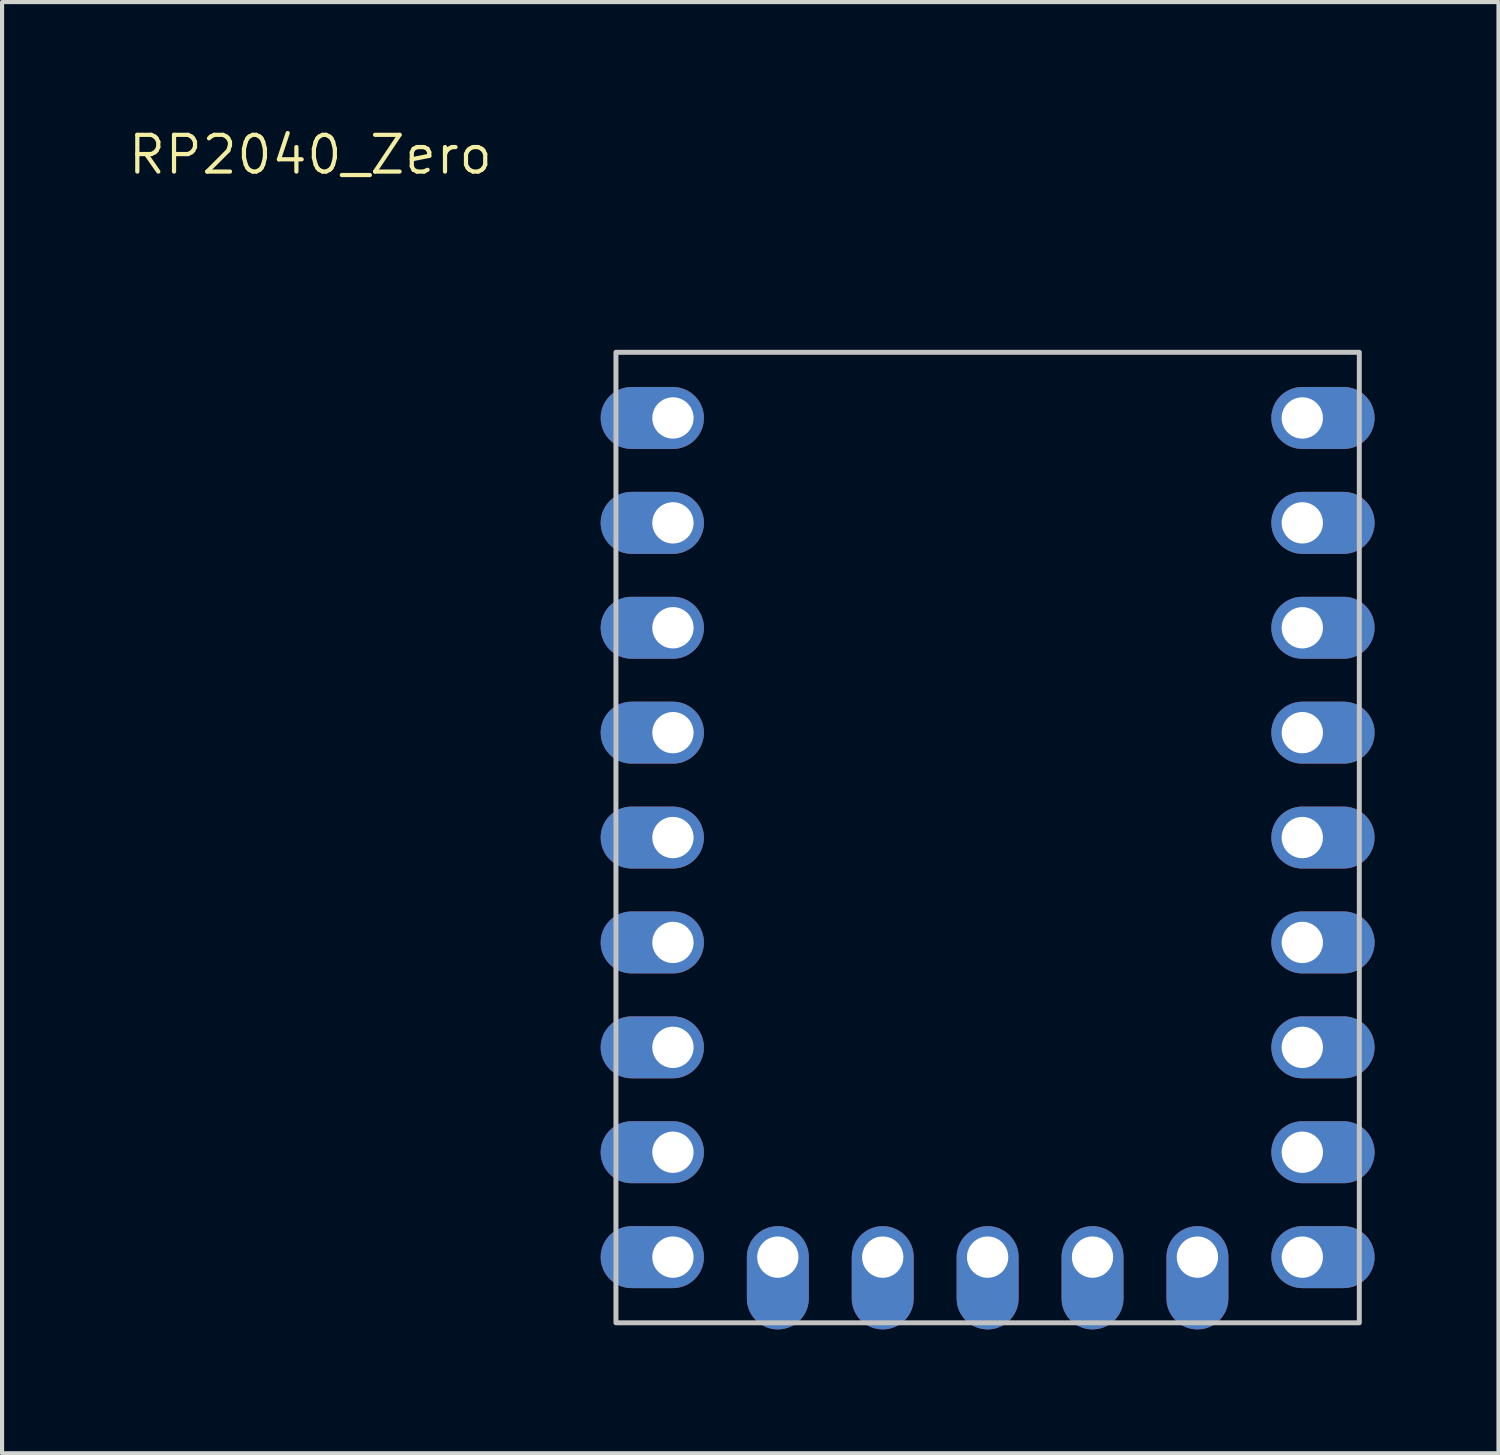
<source format=kicad_pcb>
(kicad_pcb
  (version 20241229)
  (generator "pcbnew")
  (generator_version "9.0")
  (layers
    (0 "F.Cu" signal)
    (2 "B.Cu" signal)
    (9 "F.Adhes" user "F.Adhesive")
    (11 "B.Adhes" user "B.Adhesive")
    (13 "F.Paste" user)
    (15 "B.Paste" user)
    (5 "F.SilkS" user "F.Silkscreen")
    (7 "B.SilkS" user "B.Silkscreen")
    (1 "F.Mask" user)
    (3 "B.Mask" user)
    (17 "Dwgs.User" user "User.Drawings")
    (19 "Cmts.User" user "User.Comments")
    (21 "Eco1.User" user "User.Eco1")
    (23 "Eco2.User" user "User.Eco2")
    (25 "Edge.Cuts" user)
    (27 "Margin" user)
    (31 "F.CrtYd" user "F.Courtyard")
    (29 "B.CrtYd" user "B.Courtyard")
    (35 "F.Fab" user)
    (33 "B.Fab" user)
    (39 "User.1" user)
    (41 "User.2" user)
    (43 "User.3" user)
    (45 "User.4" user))
  (footprint "RP2040_Zero"
    (layer "F.Cu")
    (at 20.865 17.231)
    (property "Reference" "RP2040_Zero" (at -16.399 -16.533 0) (layer "F.SilkS") (effects (font (size 0.889 0.889) (thickness 0.102))))
    (attr through_hole exclude_from_pos_files)
    (fp_rect (start -9 -11.75) (end 9 11.75) (stroke (width 0.12) (type solid)) (fill no) (layer "Dwgs.User"))
    (pad "1" thru_hole oval (at 7.62 -10.16 180) (size 2.5 1.5) (drill 1 (offset -0.5 0)) (layers "*.Cu" "*.Mask"))
    (pad "2" thru_hole oval (at 7.62 -7.62 180) (size 2.5 1.5) (drill 1 (offset -0.5 0)) (layers "*.Cu" "*.Mask"))
    (pad "3" thru_hole oval (at 7.62 -5.08 180) (size 2.5 1.5) (drill 1 (offset -0.5 0)) (layers "*.Cu" "*.Mask"))
    (pad "4" thru_hole oval (at 7.62 -2.54 180) (size 2.5 1.5) (drill 1 (offset -0.5 0)) (layers "*.Cu" "*.Mask"))
    (pad "5" thru_hole oval (at 7.62 0 180) (size 2.5 1.5) (drill 1 (offset -0.5 0)) (layers "*.Cu" "*.Mask"))
    (pad "6" thru_hole oval (at 7.62 2.54 180) (size 2.5 1.5) (drill 1 (offset -0.5 0)) (layers "*.Cu" "*.Mask"))
    (pad "7" thru_hole oval (at 7.62 5.08 180) (size 2.5 1.5) (drill 1 (offset -0.5 0)) (layers "*.Cu" "*.Mask"))
    (pad "8" thru_hole oval (at 7.62 7.62 180) (size 2.5 1.5) (drill 1 (offset -0.5 0)) (layers "*.Cu" "*.Mask"))
    (pad "9" thru_hole oval (at 7.62 10.16 180) (size 2.5 1.5) (drill 1 (offset -0.5 0)) (layers "*.Cu" "*.Mask"))
    (pad "10" thru_hole oval (at 5.08 10.16 90) (size 2.5 1.5) (drill 1 (offset -0.5 0)) (layers "*.Cu" "*.Mask"))
    (pad "11" thru_hole oval (at 2.54 10.16 90) (size 2.5 1.5) (drill 1 (offset -0.5 0)) (layers "*.Cu" "*.Mask"))
    (pad "12" thru_hole oval (at 0 10.16 90) (size 2.5 1.5) (drill 1 (offset -0.5 0)) (layers "*.Cu" "*.Mask"))
    (pad "13" thru_hole oval (at -2.54 10.16 90) (size 2.5 1.5) (drill 1 (offset -0.5 0)) (layers "*.Cu" "*.Mask"))
    (pad "14" thru_hole oval (at -5.08 10.16 90) (size 2.5 1.5) (drill 1 (offset -0.5 0)) (layers "*.Cu" "*.Mask"))
    (pad "15" thru_hole oval (at -7.62 10.16) (size 2.5 1.5) (drill 1 (offset -0.5 0)) (layers "*.Cu" "*.Mask"))
    (pad "16" thru_hole oval (at -7.62 7.62) (size 2.5 1.5) (drill 1 (offset -0.5 0)) (layers "*.Cu" "*.Mask"))
    (pad "17" thru_hole oval (at -7.62 5.08) (size 2.5 1.5) (drill 1 (offset -0.5 0)) (layers "*.Cu" "*.Mask"))
    (pad "18" thru_hole oval (at -7.62 2.54) (size 2.5 1.5) (drill 1 (offset -0.5 0)) (layers "*.Cu" "*.Mask"))
    (pad "19" thru_hole oval (at -7.62 0) (size 2.5 1.5) (drill 1 (offset -0.5 0)) (layers "*.Cu" "*.Mask"))
    (pad "20" thru_hole oval (at -7.62 -2.54) (size 2.5 1.5) (drill 1 (offset -0.5 0)) (layers "*.Cu" "*.Mask"))
    (pad "21" thru_hole oval (at -7.62 -5.08) (size 2.5 1.5) (drill 1 (offset -0.5 0)) (layers "*.Cu" "*.Mask"))
    (pad "22" thru_hole oval (at -7.62 -7.62) (size 2.5 1.5) (drill 1 (offset -0.5 0)) (layers "*.Cu" "*.Mask"))
    (pad "23" thru_hole oval (at -7.62 -10.16) (size 2.5 1.5) (drill 1 (offset -0.5 0)) (layers "*.Cu" "*.Mask")))
  (gr_rect
    (start -3 -3)
    (end 33.235 32.141)
    (stroke (width 0.1) (type default))
    (fill no)
    (layer "Edge.Cuts")))
</source>
